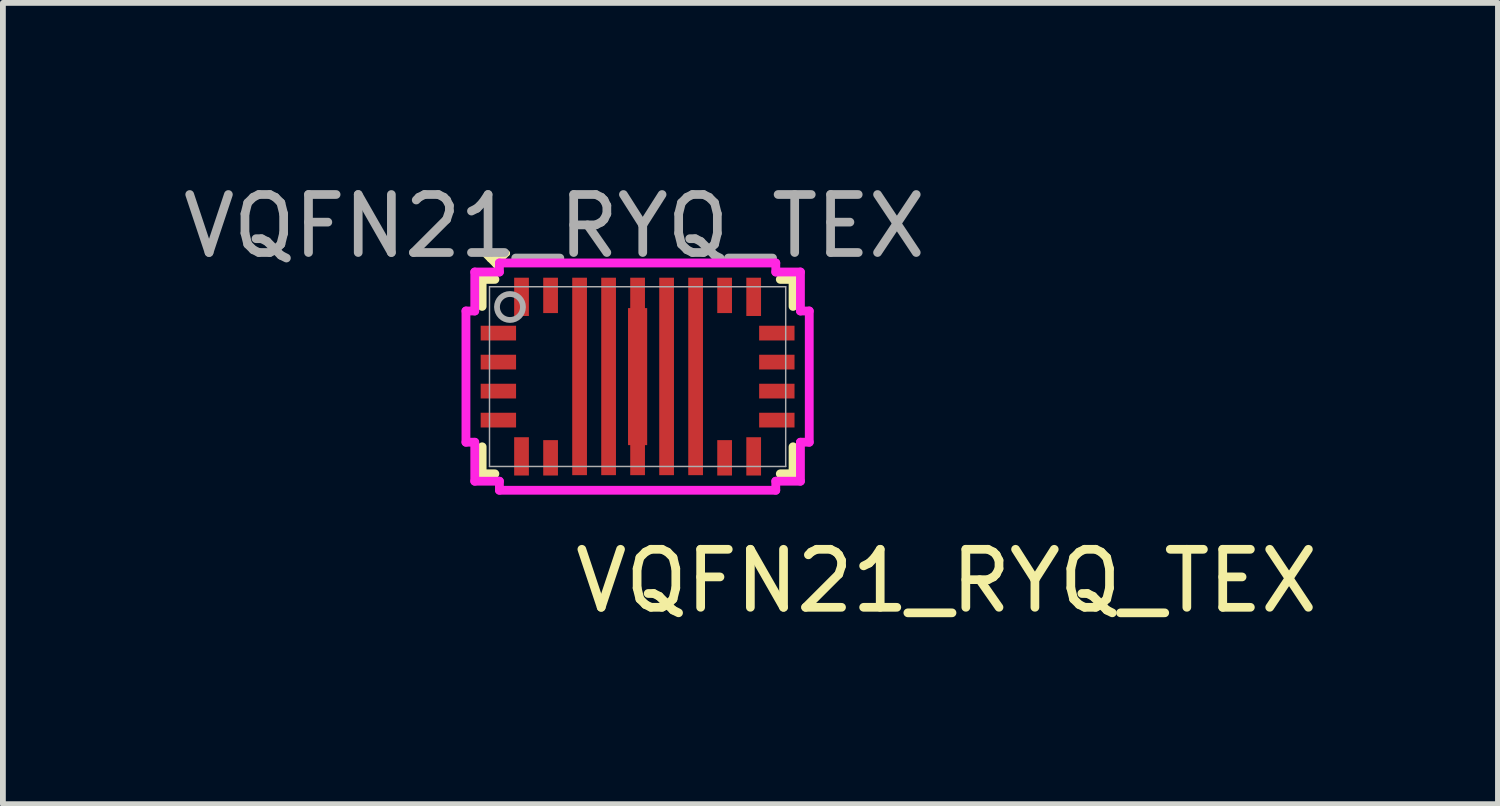
<source format=kicad_pcb>
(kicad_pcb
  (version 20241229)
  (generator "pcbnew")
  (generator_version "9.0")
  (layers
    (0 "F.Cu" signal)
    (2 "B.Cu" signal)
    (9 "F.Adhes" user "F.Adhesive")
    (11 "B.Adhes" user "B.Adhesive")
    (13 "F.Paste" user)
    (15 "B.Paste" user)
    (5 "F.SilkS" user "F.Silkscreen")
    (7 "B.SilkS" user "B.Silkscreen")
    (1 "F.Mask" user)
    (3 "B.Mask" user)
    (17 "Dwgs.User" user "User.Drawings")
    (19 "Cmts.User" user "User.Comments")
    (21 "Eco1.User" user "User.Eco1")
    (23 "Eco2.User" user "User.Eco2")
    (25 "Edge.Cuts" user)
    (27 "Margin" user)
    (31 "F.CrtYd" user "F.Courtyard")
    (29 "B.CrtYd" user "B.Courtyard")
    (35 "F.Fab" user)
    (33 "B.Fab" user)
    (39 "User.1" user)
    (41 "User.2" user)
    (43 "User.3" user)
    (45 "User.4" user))
  (footprint "VQFN21_RYQ_TEX"
    (layer "F.Cu")
    (at 7.941 3.442)
    (property "Reference" "VQFN21_RYQ_TEX" (at 5.325 3.522 0) (unlocked yes) (layer "F.SilkS") (effects (font (size 1 1) (thickness 0.15))))
    (attr smd)
    (fp_poly (pts (xy 0.127 -1.705) (xy 0.127 -1.181) (xy 0.165 -1.181) (xy 0.165 1.181) (xy 0.127 1.181) (xy 0.127 1.699) (xy -0.127 1.699) (xy -0.127 1.181) (xy -0.165 1.181) (xy -0.165 -1.181) (xy -0.127 -1.181) (xy -0.127 -1.705)) (stroke (width 0) (type solid)) (fill yes) (layer "F.Mask"))
    (fp_line (start -2.68 -1.676) (end -2.68 -1.21) (stroke (width 0.152) (type solid)) (layer "F.SilkS"))
    (fp_line (start -2.68 1.21) (end -2.68 1.676) (stroke (width 0.152) (type solid)) (layer "F.SilkS"))
    (fp_line (start -2.68 1.676) (end -2.46 1.676) (stroke (width 0.152) (type solid)) (layer "F.SilkS"))
    (fp_line (start -2.65 -2.125) (end -2.45 -1.925) (stroke (width 0.1) (type default)) (layer "F.SilkS"))
    (fp_line (start -2.46 -1.676) (end -2.68 -1.676) (stroke (width 0.152) (type solid)) (layer "F.SilkS"))
    (fp_line (start -2.45 -1.925) (end -2.45 -2.125) (stroke (width 0.1) (type default)) (layer "F.SilkS"))
    (fp_line (start -2.45 -1.925) (end -2.25 -2.125) (stroke (width 0.1) (type default)) (layer "F.SilkS"))
    (fp_line (start -2.35 -2.025) (end -2.55 -2.025) (stroke (width 0.1) (type default)) (layer "F.SilkS"))
    (fp_line (start -2.25 -2.125) (end -2.65 -2.125) (stroke (width 0.1) (type default)) (layer "F.SilkS"))
    (fp_line (start 2.46 1.676) (end 2.68 1.676) (stroke (width 0.152) (type solid)) (layer "F.SilkS"))
    (fp_line (start 2.68 -1.676) (end 2.46 -1.676) (stroke (width 0.152) (type solid)) (layer "F.SilkS"))
    (fp_line (start 2.68 -1.21) (end 2.68 -1.676) (stroke (width 0.152) (type solid)) (layer "F.SilkS"))
    (fp_line (start 2.68 1.676) (end 2.68 1.21) (stroke (width 0.152) (type solid)) (layer "F.SilkS"))
    (fp_poly (pts (xy 0.127 -1.705) (xy 0.127 -1.181) (xy 0.165 -1.181) (xy 0.165 1.181) (xy 0.127 1.181) (xy 0.127 1.699) (xy -0.127 1.699) (xy -0.127 1.181) (xy -0.165 1.181) (xy -0.165 -1.181) (xy -0.127 -1.181) (xy -0.127 -1.705)) (stroke (width 0) (type solid)) (fill yes) (layer "F.Paste"))
    (fp_line (start -2.959 -1.131) (end -2.807 -1.131) (stroke (width 0.152) (type solid)) (layer "F.CrtYd"))
    (fp_line (start -2.959 1.131) (end -2.959 -1.131) (stroke (width 0.152) (type solid)) (layer "F.CrtYd"))
    (fp_line (start -2.807 -1.803) (end -2.382 -1.803) (stroke (width 0.152) (type solid)) (layer "F.CrtYd"))
    (fp_line (start -2.807 -1.131) (end -2.807 -1.803) (stroke (width 0.152) (type solid)) (layer "F.CrtYd"))
    (fp_line (start -2.807 1.131) (end -2.959 1.131) (stroke (width 0.152) (type solid)) (layer "F.CrtYd"))
    (fp_line (start -2.807 1.803) (end -2.807 1.131) (stroke (width 0.152) (type solid)) (layer "F.CrtYd"))
    (fp_line (start -2.382 -1.959) (end 2.382 -1.959) (stroke (width 0.152) (type solid)) (layer "F.CrtYd"))
    (fp_line (start -2.382 -1.803) (end -2.382 -1.959) (stroke (width 0.152) (type solid)) (layer "F.CrtYd"))
    (fp_line (start -2.382 1.803) (end -2.807 1.803) (stroke (width 0.152) (type solid)) (layer "F.CrtYd"))
    (fp_line (start -2.382 1.959) (end -2.382 1.803) (stroke (width 0.152) (type solid)) (layer "F.CrtYd"))
    (fp_line (start 2.382 -1.959) (end 2.382 -1.803) (stroke (width 0.152) (type solid)) (layer "F.CrtYd"))
    (fp_line (start 2.382 -1.803) (end 2.807 -1.803) (stroke (width 0.152) (type solid)) (layer "F.CrtYd"))
    (fp_line (start 2.382 1.803) (end 2.382 1.959) (stroke (width 0.152) (type solid)) (layer "F.CrtYd"))
    (fp_line (start 2.382 1.959) (end -2.382 1.959) (stroke (width 0.152) (type solid)) (layer "F.CrtYd"))
    (fp_line (start 2.807 -1.803) (end 2.807 -1.131) (stroke (width 0.152) (type solid)) (layer "F.CrtYd"))
    (fp_line (start 2.807 -1.131) (end 2.959 -1.131) (stroke (width 0.152) (type solid)) (layer "F.CrtYd"))
    (fp_line (start 2.807 1.131) (end 2.807 1.803) (stroke (width 0.152) (type solid)) (layer "F.CrtYd"))
    (fp_line (start 2.807 1.803) (end 2.382 1.803) (stroke (width 0.152) (type solid)) (layer "F.CrtYd"))
    (fp_line (start 2.959 -1.131) (end 2.959 1.131) (stroke (width 0.152) (type solid)) (layer "F.CrtYd"))
    (fp_line (start 2.959 1.131) (end 2.807 1.131) (stroke (width 0.152) (type solid)) (layer "F.CrtYd"))
    (fp_line (start -2.553 -1.549) (end -2.553 1.549) (stroke (width 0.025) (type solid)) (layer "F.Fab"))
    (fp_line (start -2.553 1.549) (end 2.553 1.549) (stroke (width 0.025) (type solid)) (layer "F.Fab"))
    (fp_line (start 2.553 -1.549) (end -2.553 -1.549) (stroke (width 0.025) (type solid)) (layer "F.Fab"))
    (fp_line (start 2.553 1.549) (end 2.553 -1.549) (stroke (width 0.025) (type solid)) (layer "F.Fab"))
    (fp_circle (center -2.2 -1.2) (end -1.976 -1.2) (stroke (width 0.1) (type solid)) (fill no) (layer "F.Fab"))
    (fp_text user "${REFERENCE}" (at -1.435 -2.594 0) (unlocked yes) (layer "F.Fab") (effects (font (size 1 1) (thickness 0.15))))
    (pad "1" smd rect (at -2.4 -0.75) (size 0.61 0.254) (layers "F.Cu" "F.Mask" "F.Paste"))
    (pad "2" smd rect (at -2.4 -0.25) (size 0.61 0.254) (layers "F.Cu" "F.Mask" "F.Paste"))
    (pad "3" smd rect (at -2.4 0.25) (size 0.61 0.254) (layers "F.Cu" "F.Mask" "F.Paste"))
    (pad "4" smd rect (at -2.4 0.75) (size 0.61 0.254) (layers "F.Cu" "F.Mask" "F.Paste"))
    (pad "5" smd rect (at -2.001 1.375) (size 0.254 0.66) (layers "F.Cu" "F.Mask" "F.Paste"))
    (pad "6" smd rect (at -1.5 1.4 90) (size 0.61 0.254) (layers "F.Cu" "F.Mask" "F.Paste"))
    (pad "7" smd rect (at -1 -0.003) (size 0.254 3.404) (layers "F.Cu" "F.Mask" "F.Paste"))
    (pad "8" smd rect (at -0.5 -0.003) (size 0.254 3.404) (layers "F.Cu" "F.Mask" "F.Paste"))
    (pad "9" smd custom (at 0 -0.003) (size 0.254 3.404) (layers "F.Cu" "F.Mask" "F.Paste") (options (anchor rect)) (primitives (gr_poly (pts (xy 0.127 -1.178) (xy 0.165 -1.178) (xy 0.165 1.184) (xy 0.127 1.184) (xy -0.127 1.184) (xy -0.165 1.184) (xy -0.165 -1.178) (xy -0.127 -1.178)) (width 0) (fill yes))))
    (pad "10" smd rect (at 0.5 -0.003) (size 0.254 3.404) (layers "F.Cu" "F.Mask" "F.Paste"))
    (pad "11" smd rect (at 1 -0.003) (size 0.254 3.404) (layers "F.Cu" "F.Mask" "F.Paste"))
    (pad "12" smd rect (at 1.5 1.4 90) (size 0.61 0.254) (layers "F.Cu" "F.Mask" "F.Paste"))
    (pad "13" smd rect (at 2.001 1.375) (size 0.254 0.66) (layers "F.Cu" "F.Mask" "F.Paste"))
    (pad "14" smd rect (at 2.4 0.75) (size 0.61 0.254) (layers "F.Cu" "F.Mask" "F.Paste"))
    (pad "15" smd rect (at 2.4 0.25) (size 0.61 0.254) (layers "F.Cu" "F.Mask" "F.Paste"))
    (pad "16" smd rect (at 2.4 -0.25) (size 0.61 0.254) (layers "F.Cu" "F.Mask" "F.Paste"))
    (pad "17" smd rect (at 2.4 -0.75) (size 0.61 0.254) (layers "F.Cu" "F.Mask" "F.Paste"))
    (pad "18" smd rect (at 2.001 -1.375) (size 0.254 0.66) (layers "F.Cu" "F.Mask" "F.Paste"))
    (pad "19" smd rect (at 1.5 -1.4 90) (size 0.61 0.254) (layers "F.Cu" "F.Mask" "F.Paste"))
    (pad "20" smd rect (at -1.5 -1.4 90) (size 0.61 0.254) (layers "F.Cu" "F.Mask" "F.Paste"))
    (pad "21" smd rect (at -2.001 -1.375) (size 0.254 0.66) (layers "F.Cu" "F.Mask" "F.Paste")))
  (gr_rect
    (start -3 -3)
    (end 22.772 10.812)
    (stroke (width 0.1) (type default))
    (fill no)
    (layer "Edge.Cuts")))
</source>
